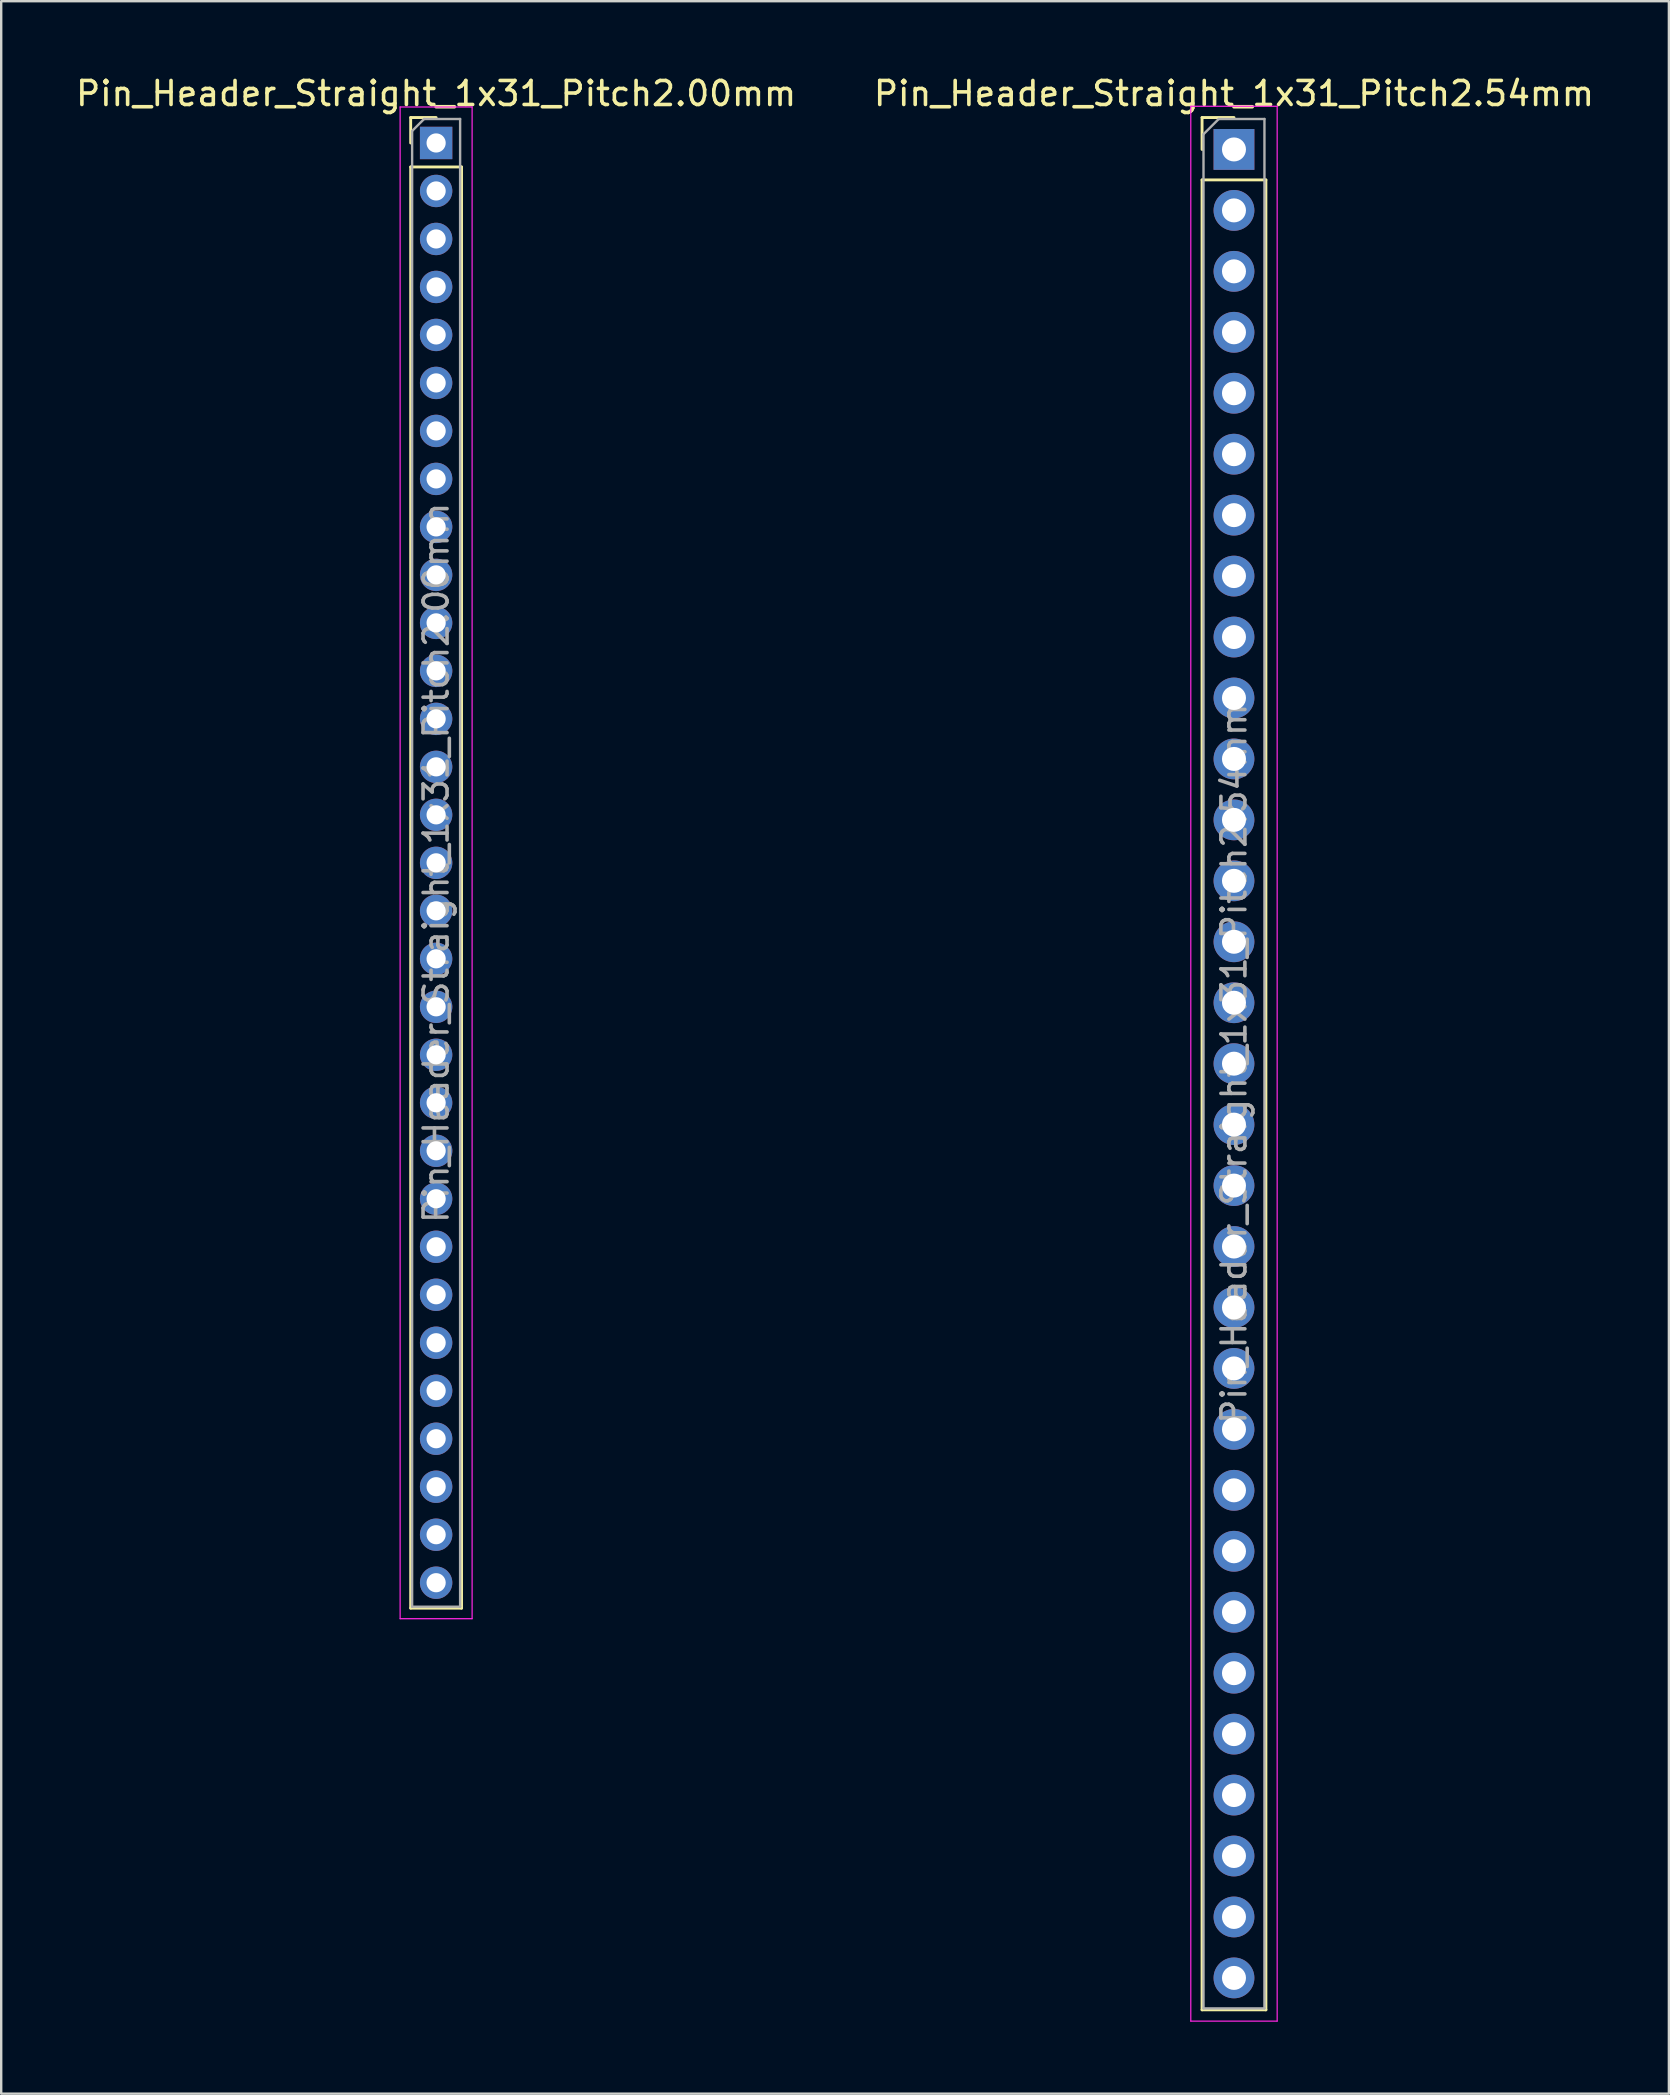
<source format=kicad_pcb>
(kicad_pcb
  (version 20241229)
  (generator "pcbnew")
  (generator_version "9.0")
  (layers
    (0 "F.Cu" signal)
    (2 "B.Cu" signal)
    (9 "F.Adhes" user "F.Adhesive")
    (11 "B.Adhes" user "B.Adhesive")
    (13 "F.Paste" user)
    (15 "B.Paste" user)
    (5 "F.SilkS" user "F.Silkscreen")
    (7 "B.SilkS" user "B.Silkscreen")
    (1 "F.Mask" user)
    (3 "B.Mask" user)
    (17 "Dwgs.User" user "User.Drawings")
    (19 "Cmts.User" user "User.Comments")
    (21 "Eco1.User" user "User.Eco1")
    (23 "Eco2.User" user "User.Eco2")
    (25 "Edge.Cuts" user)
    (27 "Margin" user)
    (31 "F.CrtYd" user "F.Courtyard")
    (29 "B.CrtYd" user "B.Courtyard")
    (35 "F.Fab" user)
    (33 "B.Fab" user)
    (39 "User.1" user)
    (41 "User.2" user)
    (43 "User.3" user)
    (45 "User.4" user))
  (footprint "Pin_Header_Straight_1x31_Pitch2.54mm"
    (layer "F.Cu")
    (at 48.375 3.178)
    (property "Reference" "Pin_Header_Straight_1x31_Pitch2.54mm" (at 0 -2.33 0) (layer "F.SilkS") (effects (font (size 1 1) (thickness 0.15))))
    (attr through_hole)
    (fp_line (start -1.33 -1.33) (end 0 -1.33) (stroke (width 0.12) (type solid)) (layer "F.SilkS"))
    (fp_line (start -1.33 0) (end -1.33 -1.33) (stroke (width 0.12) (type solid)) (layer "F.SilkS"))
    (fp_line (start -1.33 1.27) (end -1.33 77.53) (stroke (width 0.12) (type solid)) (layer "F.SilkS"))
    (fp_line (start -1.33 1.27) (end 1.33 1.27) (stroke (width 0.12) (type solid)) (layer "F.SilkS"))
    (fp_line (start -1.33 77.53) (end 1.33 77.53) (stroke (width 0.12) (type solid)) (layer "F.SilkS"))
    (fp_line (start 1.33 1.27) (end 1.33 77.53) (stroke (width 0.12) (type solid)) (layer "F.SilkS"))
    (fp_line (start -1.8 -1.8) (end -1.8 78) (stroke (width 0.05) (type solid)) (layer "F.CrtYd"))
    (fp_line (start -1.8 78) (end 1.8 78) (stroke (width 0.05) (type solid)) (layer "F.CrtYd"))
    (fp_line (start 1.8 -1.8) (end -1.8 -1.8) (stroke (width 0.05) (type solid)) (layer "F.CrtYd"))
    (fp_line (start 1.8 78) (end 1.8 -1.8) (stroke (width 0.05) (type solid)) (layer "F.CrtYd"))
    (fp_line (start -1.27 -0.635) (end -0.635 -1.27) (stroke (width 0.1) (type solid)) (layer "F.Fab"))
    (fp_line (start -1.27 77.47) (end -1.27 -0.635) (stroke (width 0.1) (type solid)) (layer "F.Fab"))
    (fp_line (start -0.635 -1.27) (end 1.27 -1.27) (stroke (width 0.1) (type solid)) (layer "F.Fab"))
    (fp_line (start 1.27 -1.27) (end 1.27 77.47) (stroke (width 0.1) (type solid)) (layer "F.Fab"))
    (fp_line (start 1.27 77.47) (end -1.27 77.47) (stroke (width 0.1) (type solid)) (layer "F.Fab"))
    (fp_text user "${REFERENCE}" (at 0 38.1 90) (layer "F.Fab") (effects (font (size 1 1) (thickness 0.15))))
    (pad "1" thru_hole rect (at 0 0) (size 1.7 1.7) (drill 1) (layers "*.Cu" "*.Mask"))
    (pad "2" thru_hole oval (at 0 2.54) (size 1.7 1.7) (drill 1) (layers "*.Cu" "*.Mask"))
    (pad "3" thru_hole oval (at 0 5.08) (size 1.7 1.7) (drill 1) (layers "*.Cu" "*.Mask"))
    (pad "4" thru_hole oval (at 0 7.62) (size 1.7 1.7) (drill 1) (layers "*.Cu" "*.Mask"))
    (pad "5" thru_hole oval (at 0 10.16) (size 1.7 1.7) (drill 1) (layers "*.Cu" "*.Mask"))
    (pad "6" thru_hole oval (at 0 12.7) (size 1.7 1.7) (drill 1) (layers "*.Cu" "*.Mask"))
    (pad "7" thru_hole oval (at 0 15.24) (size 1.7 1.7) (drill 1) (layers "*.Cu" "*.Mask"))
    (pad "8" thru_hole oval (at 0 17.78) (size 1.7 1.7) (drill 1) (layers "*.Cu" "*.Mask"))
    (pad "9" thru_hole oval (at 0 20.32) (size 1.7 1.7) (drill 1) (layers "*.Cu" "*.Mask"))
    (pad "10" thru_hole oval (at 0 22.86) (size 1.7 1.7) (drill 1) (layers "*.Cu" "*.Mask"))
    (pad "11" thru_hole oval (at 0 25.4) (size 1.7 1.7) (drill 1) (layers "*.Cu" "*.Mask"))
    (pad "12" thru_hole oval (at 0 27.94) (size 1.7 1.7) (drill 1) (layers "*.Cu" "*.Mask"))
    (pad "13" thru_hole oval (at 0 30.48) (size 1.7 1.7) (drill 1) (layers "*.Cu" "*.Mask"))
    (pad "14" thru_hole oval (at 0 33.02) (size 1.7 1.7) (drill 1) (layers "*.Cu" "*.Mask"))
    (pad "15" thru_hole oval (at 0 35.56) (size 1.7 1.7) (drill 1) (layers "*.Cu" "*.Mask"))
    (pad "16" thru_hole oval (at 0 38.1) (size 1.7 1.7) (drill 1) (layers "*.Cu" "*.Mask"))
    (pad "17" thru_hole oval (at 0 40.64) (size 1.7 1.7) (drill 1) (layers "*.Cu" "*.Mask"))
    (pad "18" thru_hole oval (at 0 43.18) (size 1.7 1.7) (drill 1) (layers "*.Cu" "*.Mask"))
    (pad "19" thru_hole oval (at 0 45.72) (size 1.7 1.7) (drill 1) (layers "*.Cu" "*.Mask"))
    (pad "20" thru_hole oval (at 0 48.26) (size 1.7 1.7) (drill 1) (layers "*.Cu" "*.Mask"))
    (pad "21" thru_hole oval (at 0 50.8) (size 1.7 1.7) (drill 1) (layers "*.Cu" "*.Mask"))
    (pad "22" thru_hole oval (at 0 53.34) (size 1.7 1.7) (drill 1) (layers "*.Cu" "*.Mask"))
    (pad "23" thru_hole oval (at 0 55.88) (size 1.7 1.7) (drill 1) (layers "*.Cu" "*.Mask"))
    (pad "24" thru_hole oval (at 0 58.42) (size 1.7 1.7) (drill 1) (layers "*.Cu" "*.Mask"))
    (pad "25" thru_hole oval (at 0 60.96) (size 1.7 1.7) (drill 1) (layers "*.Cu" "*.Mask"))
    (pad "26" thru_hole oval (at 0 63.5) (size 1.7 1.7) (drill 1) (layers "*.Cu" "*.Mask"))
    (pad "27" thru_hole oval (at 0 66.04) (size 1.7 1.7) (drill 1) (layers "*.Cu" "*.Mask"))
    (pad "28" thru_hole oval (at 0 68.58) (size 1.7 1.7) (drill 1) (layers "*.Cu" "*.Mask"))
    (pad "29" thru_hole oval (at 0 71.12) (size 1.7 1.7) (drill 1) (layers "*.Cu" "*.Mask"))
    (pad "30" thru_hole oval (at 0 73.66) (size 1.7 1.7) (drill 1) (layers "*.Cu" "*.Mask"))
    (pad "31" thru_hole oval (at 0 76.2) (size 1.7 1.7) (drill 1) (layers "*.Cu" "*.Mask")))
  (footprint "Pin_Header_Straight_1x31_Pitch2.00mm"
    (layer "F.Cu")
    (at 15.125 2.908)
    (property "Reference" "Pin_Header_Straight_1x31_Pitch2.00mm" (at 0 -2.06 0) (layer "F.SilkS") (effects (font (size 1 1) (thickness 0.15))))
    (attr through_hole)
    (fp_line (start -1.06 -1.06) (end 0 -1.06) (stroke (width 0.12) (type solid)) (layer "F.SilkS"))
    (fp_line (start -1.06 0) (end -1.06 -1.06) (stroke (width 0.12) (type solid)) (layer "F.SilkS"))
    (fp_line (start -1.06 1) (end -1.06 61.06) (stroke (width 0.12) (type solid)) (layer "F.SilkS"))
    (fp_line (start -1.06 1) (end 1.06 1) (stroke (width 0.12) (type solid)) (layer "F.SilkS"))
    (fp_line (start -1.06 61.06) (end 1.06 61.06) (stroke (width 0.12) (type solid)) (layer "F.SilkS"))
    (fp_line (start 1.06 1) (end 1.06 61.06) (stroke (width 0.12) (type solid)) (layer "F.SilkS"))
    (fp_line (start -1.5 -1.5) (end -1.5 61.5) (stroke (width 0.05) (type solid)) (layer "F.CrtYd"))
    (fp_line (start -1.5 61.5) (end 1.5 61.5) (stroke (width 0.05) (type solid)) (layer "F.CrtYd"))
    (fp_line (start 1.5 -1.5) (end -1.5 -1.5) (stroke (width 0.05) (type solid)) (layer "F.CrtYd"))
    (fp_line (start 1.5 61.5) (end 1.5 -1.5) (stroke (width 0.05) (type solid)) (layer "F.CrtYd"))
    (fp_line (start -1 -0.5) (end -0.5 -1) (stroke (width 0.1) (type solid)) (layer "F.Fab"))
    (fp_line (start -1 61) (end -1 -0.5) (stroke (width 0.1) (type solid)) (layer "F.Fab"))
    (fp_line (start -0.5 -1) (end 1 -1) (stroke (width 0.1) (type solid)) (layer "F.Fab"))
    (fp_line (start 1 -1) (end 1 61) (stroke (width 0.1) (type solid)) (layer "F.Fab"))
    (fp_line (start 1 61) (end -1 61) (stroke (width 0.1) (type solid)) (layer "F.Fab"))
    (fp_text user "${REFERENCE}" (at 0 30 90) (layer "F.Fab") (effects (font (size 1 1) (thickness 0.15))))
    (pad "1" thru_hole rect (at 0 0) (size 1.35 1.35) (drill 0.8) (layers "*.Cu" "*.Mask"))
    (pad "2" thru_hole oval (at 0 2) (size 1.35 1.35) (drill 0.8) (layers "*.Cu" "*.Mask"))
    (pad "3" thru_hole oval (at 0 4) (size 1.35 1.35) (drill 0.8) (layers "*.Cu" "*.Mask"))
    (pad "4" thru_hole oval (at 0 6) (size 1.35 1.35) (drill 0.8) (layers "*.Cu" "*.Mask"))
    (pad "5" thru_hole oval (at 0 8) (size 1.35 1.35) (drill 0.8) (layers "*.Cu" "*.Mask"))
    (pad "6" thru_hole oval (at 0 10) (size 1.35 1.35) (drill 0.8) (layers "*.Cu" "*.Mask"))
    (pad "7" thru_hole oval (at 0 12) (size 1.35 1.35) (drill 0.8) (layers "*.Cu" "*.Mask"))
    (pad "8" thru_hole oval (at 0 14) (size 1.35 1.35) (drill 0.8) (layers "*.Cu" "*.Mask"))
    (pad "9" thru_hole oval (at 0 16) (size 1.35 1.35) (drill 0.8) (layers "*.Cu" "*.Mask"))
    (pad "10" thru_hole oval (at 0 18) (size 1.35 1.35) (drill 0.8) (layers "*.Cu" "*.Mask"))
    (pad "11" thru_hole oval (at 0 20) (size 1.35 1.35) (drill 0.8) (layers "*.Cu" "*.Mask"))
    (pad "12" thru_hole oval (at 0 22) (size 1.35 1.35) (drill 0.8) (layers "*.Cu" "*.Mask"))
    (pad "13" thru_hole oval (at 0 24) (size 1.35 1.35) (drill 0.8) (layers "*.Cu" "*.Mask"))
    (pad "14" thru_hole oval (at 0 26) (size 1.35 1.35) (drill 0.8) (layers "*.Cu" "*.Mask"))
    (pad "15" thru_hole oval (at 0 28) (size 1.35 1.35) (drill 0.8) (layers "*.Cu" "*.Mask"))
    (pad "16" thru_hole oval (at 0 30) (size 1.35 1.35) (drill 0.8) (layers "*.Cu" "*.Mask"))
    (pad "17" thru_hole oval (at 0 32) (size 1.35 1.35) (drill 0.8) (layers "*.Cu" "*.Mask"))
    (pad "18" thru_hole oval (at 0 34) (size 1.35 1.35) (drill 0.8) (layers "*.Cu" "*.Mask"))
    (pad "19" thru_hole oval (at 0 36) (size 1.35 1.35) (drill 0.8) (layers "*.Cu" "*.Mask"))
    (pad "20" thru_hole oval (at 0 38) (size 1.35 1.35) (drill 0.8) (layers "*.Cu" "*.Mask"))
    (pad "21" thru_hole oval (at 0 40) (size 1.35 1.35) (drill 0.8) (layers "*.Cu" "*.Mask"))
    (pad "22" thru_hole oval (at 0 42) (size 1.35 1.35) (drill 0.8) (layers "*.Cu" "*.Mask"))
    (pad "23" thru_hole oval (at 0 44) (size 1.35 1.35) (drill 0.8) (layers "*.Cu" "*.Mask"))
    (pad "24" thru_hole oval (at 0 46) (size 1.35 1.35) (drill 0.8) (layers "*.Cu" "*.Mask"))
    (pad "25" thru_hole oval (at 0 48) (size 1.35 1.35) (drill 0.8) (layers "*.Cu" "*.Mask"))
    (pad "26" thru_hole oval (at 0 50) (size 1.35 1.35) (drill 0.8) (layers "*.Cu" "*.Mask"))
    (pad "27" thru_hole oval (at 0 52) (size 1.35 1.35) (drill 0.8) (layers "*.Cu" "*.Mask"))
    (pad "28" thru_hole oval (at 0 54) (size 1.35 1.35) (drill 0.8) (layers "*.Cu" "*.Mask"))
    (pad "29" thru_hole oval (at 0 56) (size 1.35 1.35) (drill 0.8) (layers "*.Cu" "*.Mask"))
    (pad "30" thru_hole oval (at 0 58) (size 1.35 1.35) (drill 0.8) (layers "*.Cu" "*.Mask"))
    (pad "31" thru_hole oval (at 0 60) (size 1.35 1.35) (drill 0.8) (layers "*.Cu" "*.Mask")))
  (gr_rect
    (start -3 -3)
    (end 66.5 84.203)
    (stroke (width 0.1) (type default))
    (fill no)
    (layer "Edge.Cuts")))
</source>
